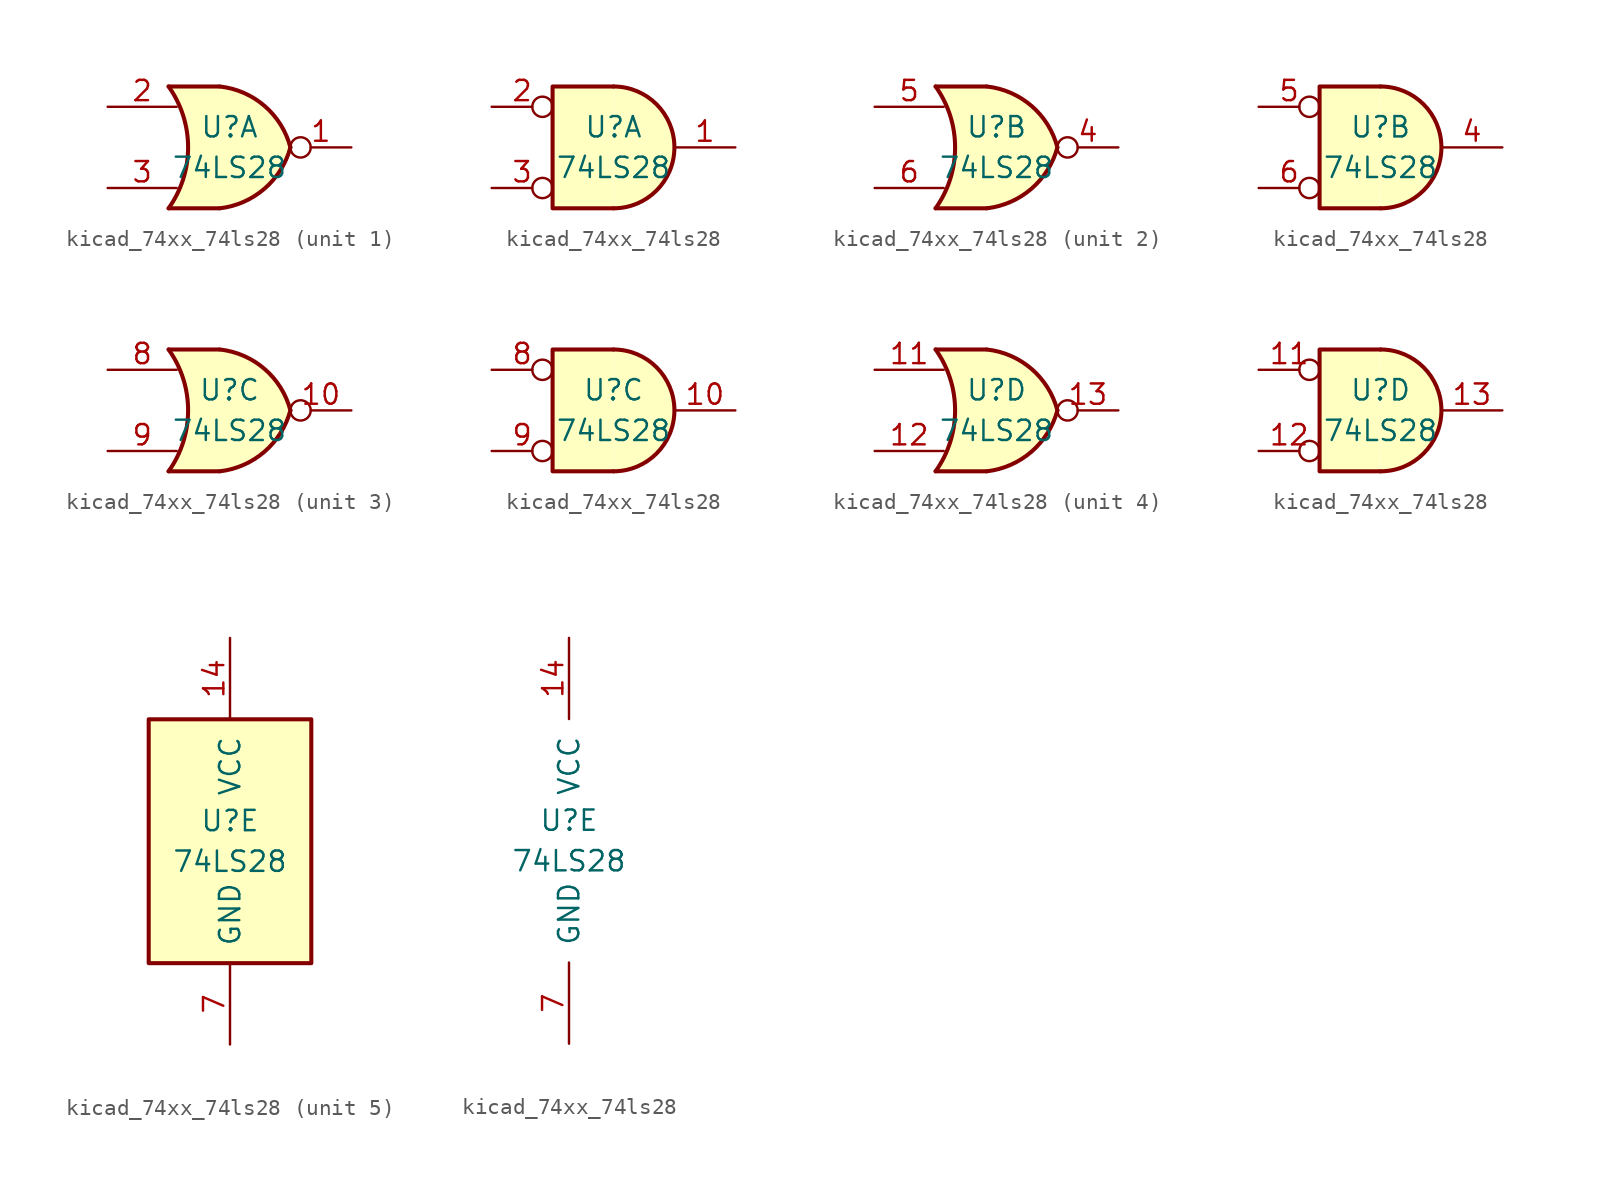
<source format=kicad_sym>
(kicad_symbol_lib
  (version 20220914)
  (generator kicad_symbol_editor)
  (symbol "kicad_74xx_74ls28"
    (pin_names
      (offset 1.016))
    (property "Reference" "U"
      (at 0 1.27 0)
      (effects (font (size 1.27 1.27))))
    (property "Value" "74LS28"
      (at 0 -1.27 0)
      (effects (font (size 1.27 1.27))))
    (property "ki_locked" ""
      (at 0 0 0)
      (effects (font (size 1.27 1.27))))
    (symbol "kicad_74xx_74ls28_1_1"
      (arc (start -3.81 -3.81) (mid -2.589 0) (end -3.81 3.81) (stroke (width 0.254) (type default)) (fill (type none)))
      (arc (start -0.6096 -3.81) (mid 2.1842 -2.5851) (end 3.81 0) (stroke (width 0.254) (type default)) (fill (type background)))
      (polyline (pts (xy -3.81 -3.81) (xy -0.635 -3.81)) (stroke (width 0.254) (type default)) (fill (type background)))
      (polyline (pts (xy -3.81 3.81) (xy -0.635 3.81)) (stroke (width 0.254) (type default)) (fill (type background)))
      (polyline (pts (xy -0.635 3.81) (xy -3.81 3.81) (xy -3.81 3.81) (xy -3.556 3.404) (xy -3.023 2.261) (xy -2.692 1.041) (xy -2.616 -0.254) (xy -2.769 -1.499) (xy -3.175 -2.718) (xy -3.81 -3.81) (xy -3.81 -3.81) (xy -0.635 -3.81)) (stroke (width -25.4) (type default)) (fill (type background)))
      (arc (start 3.81 0) (mid 2.1915 2.5936) (end -0.6096 3.81) (stroke (width 0.254) (type default)) (fill (type background)))
      (pin output inverted (at 7.62 0 180) (length 3.81) (name "~" (effects (font (size 1.27 1.27)))) (number "1" (effects (font (size 1.27 1.27)))))
      (pin input line (at -7.62 2.54 0) (length 4.318) (name "~" (effects (font (size 1.27 1.27)))) (number "2" (effects (font (size 1.27 1.27)))))
      (pin input line (at -7.62 -2.54 0) (length 4.318) (name "~" (effects (font (size 1.27 1.27)))) (number "3" (effects (font (size 1.27 1.27))))))
    (symbol "kicad_74xx_74ls28_1_2"
      (arc (start 0 -3.81) (mid 3.7934 0) (end 0 3.81) (stroke (width 0.254) (type default)) (fill (type background)))
      (polyline (pts (xy 0 3.81) (xy -3.81 3.81) (xy -3.81 -3.81) (xy 0 -3.81)) (stroke (width 0.254) (type default)) (fill (type background)))
      (pin output line (at 7.62 0 180) (length 3.81) (name "~" (effects (font (size 1.27 1.27)))) (number "1" (effects (font (size 1.27 1.27)))))
      (pin input inverted (at -7.62 2.54 0) (length 3.81) (name "~" (effects (font (size 1.27 1.27)))) (number "2" (effects (font (size 1.27 1.27)))))
      (pin input inverted (at -7.62 -2.54 0) (length 3.81) (name "~" (effects (font (size 1.27 1.27)))) (number "3" (effects (font (size 1.27 1.27))))))
    (symbol "kicad_74xx_74ls28_2_1"
      (arc (start -3.81 -3.81) (mid -2.589 0) (end -3.81 3.81) (stroke (width 0.254) (type default)) (fill (type none)))
      (arc (start -0.6096 -3.81) (mid 2.1842 -2.5851) (end 3.81 0) (stroke (width 0.254) (type default)) (fill (type background)))
      (polyline (pts (xy -3.81 -3.81) (xy -0.635 -3.81)) (stroke (width 0.254) (type default)) (fill (type background)))
      (polyline (pts (xy -3.81 3.81) (xy -0.635 3.81)) (stroke (width 0.254) (type default)) (fill (type background)))
      (polyline (pts (xy -0.635 3.81) (xy -3.81 3.81) (xy -3.81 3.81) (xy -3.556 3.404) (xy -3.023 2.261) (xy -2.692 1.041) (xy -2.616 -0.254) (xy -2.769 -1.499) (xy -3.175 -2.718) (xy -3.81 -3.81) (xy -3.81 -3.81) (xy -0.635 -3.81)) (stroke (width -25.4) (type default)) (fill (type background)))
      (arc (start 3.81 0) (mid 2.1915 2.5936) (end -0.6096 3.81) (stroke (width 0.254) (type default)) (fill (type background)))
      (pin output inverted (at 7.62 0 180) (length 3.81) (name "~" (effects (font (size 1.27 1.27)))) (number "4" (effects (font (size 1.27 1.27)))))
      (pin input line (at -7.62 2.54 0) (length 4.318) (name "~" (effects (font (size 1.27 1.27)))) (number "5" (effects (font (size 1.27 1.27)))))
      (pin input line (at -7.62 -2.54 0) (length 4.318) (name "~" (effects (font (size 1.27 1.27)))) (number "6" (effects (font (size 1.27 1.27))))))
    (symbol "kicad_74xx_74ls28_2_2"
      (arc (start 0 -3.81) (mid 3.7934 0) (end 0 3.81) (stroke (width 0.254) (type default)) (fill (type background)))
      (polyline (pts (xy 0 3.81) (xy -3.81 3.81) (xy -3.81 -3.81) (xy 0 -3.81)) (stroke (width 0.254) (type default)) (fill (type background)))
      (pin output line (at 7.62 0 180) (length 3.81) (name "~" (effects (font (size 1.27 1.27)))) (number "4" (effects (font (size 1.27 1.27)))))
      (pin input inverted (at -7.62 2.54 0) (length 3.81) (name "~" (effects (font (size 1.27 1.27)))) (number "5" (effects (font (size 1.27 1.27)))))
      (pin input inverted (at -7.62 -2.54 0) (length 3.81) (name "~" (effects (font (size 1.27 1.27)))) (number "6" (effects (font (size 1.27 1.27))))))
    (symbol "kicad_74xx_74ls28_3_1"
      (arc (start -3.81 -3.81) (mid -2.589 0) (end -3.81 3.81) (stroke (width 0.254) (type default)) (fill (type none)))
      (arc (start -0.6096 -3.81) (mid 2.1842 -2.5851) (end 3.81 0) (stroke (width 0.254) (type default)) (fill (type background)))
      (polyline (pts (xy -3.81 -3.81) (xy -0.635 -3.81)) (stroke (width 0.254) (type default)) (fill (type background)))
      (polyline (pts (xy -3.81 3.81) (xy -0.635 3.81)) (stroke (width 0.254) (type default)) (fill (type background)))
      (polyline (pts (xy -0.635 3.81) (xy -3.81 3.81) (xy -3.81 3.81) (xy -3.556 3.404) (xy -3.023 2.261) (xy -2.692 1.041) (xy -2.616 -0.254) (xy -2.769 -1.499) (xy -3.175 -2.718) (xy -3.81 -3.81) (xy -3.81 -3.81) (xy -0.635 -3.81)) (stroke (width -25.4) (type default)) (fill (type background)))
      (arc (start 3.81 0) (mid 2.1915 2.5936) (end -0.6096 3.81) (stroke (width 0.254) (type default)) (fill (type background)))
      (pin output inverted (at 7.62 0 180) (length 3.81) (name "~" (effects (font (size 1.27 1.27)))) (number "10" (effects (font (size 1.27 1.27)))))
      (pin input line (at -7.62 2.54 0) (length 4.318) (name "~" (effects (font (size 1.27 1.27)))) (number "8" (effects (font (size 1.27 1.27)))))
      (pin input line (at -7.62 -2.54 0) (length 4.318) (name "~" (effects (font (size 1.27 1.27)))) (number "9" (effects (font (size 1.27 1.27))))))
    (symbol "kicad_74xx_74ls28_3_2"
      (arc (start 0 -3.81) (mid 3.7934 0) (end 0 3.81) (stroke (width 0.254) (type default)) (fill (type background)))
      (polyline (pts (xy 0 3.81) (xy -3.81 3.81) (xy -3.81 -3.81) (xy 0 -3.81)) (stroke (width 0.254) (type default)) (fill (type background)))
      (pin output line (at 7.62 0 180) (length 3.81) (name "~" (effects (font (size 1.27 1.27)))) (number "10" (effects (font (size 1.27 1.27)))))
      (pin input inverted (at -7.62 2.54 0) (length 3.81) (name "~" (effects (font (size 1.27 1.27)))) (number "8" (effects (font (size 1.27 1.27)))))
      (pin input inverted (at -7.62 -2.54 0) (length 3.81) (name "~" (effects (font (size 1.27 1.27)))) (number "9" (effects (font (size 1.27 1.27))))))
    (symbol "kicad_74xx_74ls28_4_1"
      (arc (start -3.81 -3.81) (mid -2.589 0) (end -3.81 3.81) (stroke (width 0.254) (type default)) (fill (type none)))
      (arc (start -0.6096 -3.81) (mid 2.1842 -2.5851) (end 3.81 0) (stroke (width 0.254) (type default)) (fill (type background)))
      (polyline (pts (xy -3.81 -3.81) (xy -0.635 -3.81)) (stroke (width 0.254) (type default)) (fill (type background)))
      (polyline (pts (xy -3.81 3.81) (xy -0.635 3.81)) (stroke (width 0.254) (type default)) (fill (type background)))
      (polyline (pts (xy -0.635 3.81) (xy -3.81 3.81) (xy -3.81 3.81) (xy -3.556 3.404) (xy -3.023 2.261) (xy -2.692 1.041) (xy -2.616 -0.254) (xy -2.769 -1.499) (xy -3.175 -2.718) (xy -3.81 -3.81) (xy -3.81 -3.81) (xy -0.635 -3.81)) (stroke (width -25.4) (type default)) (fill (type background)))
      (arc (start 3.81 0) (mid 2.1915 2.5936) (end -0.6096 3.81) (stroke (width 0.254) (type default)) (fill (type background)))
      (pin input line (at -7.62 2.54 0) (length 4.318) (name "~" (effects (font (size 1.27 1.27)))) (number "11" (effects (font (size 1.27 1.27)))))
      (pin input line (at -7.62 -2.54 0) (length 4.318) (name "~" (effects (font (size 1.27 1.27)))) (number "12" (effects (font (size 1.27 1.27)))))
      (pin output inverted (at 7.62 0 180) (length 3.81) (name "~" (effects (font (size 1.27 1.27)))) (number "13" (effects (font (size 1.27 1.27))))))
    (symbol "kicad_74xx_74ls28_4_2"
      (arc (start 0 -3.81) (mid 3.7934 0) (end 0 3.81) (stroke (width 0.254) (type default)) (fill (type background)))
      (polyline (pts (xy 0 3.81) (xy -3.81 3.81) (xy -3.81 -3.81) (xy 0 -3.81)) (stroke (width 0.254) (type default)) (fill (type background)))
      (pin input inverted (at -7.62 2.54 0) (length 3.81) (name "~" (effects (font (size 1.27 1.27)))) (number "11" (effects (font (size 1.27 1.27)))))
      (pin input inverted (at -7.62 -2.54 0) (length 3.81) (name "~" (effects (font (size 1.27 1.27)))) (number "12" (effects (font (size 1.27 1.27)))))
      (pin output line (at 7.62 0 180) (length 3.81) (name "~" (effects (font (size 1.27 1.27)))) (number "13" (effects (font (size 1.27 1.27))))))
    (symbol "kicad_74xx_74ls28_5_0"
      (pin power_in line (at 0 12.7 270) (length 5.08) (name "VCC" (effects (font (size 1.27 1.27)))) (number "14" (effects (font (size 1.27 1.27)))))
      (pin power_in line (at 0 -12.7 90) (length 5.08) (name "GND" (effects (font (size 1.27 1.27)))) (number "7" (effects (font (size 1.27 1.27))))))
    (symbol "kicad_74xx_74ls28_5_1"
      (rectangle (start -5.08 7.62) (end 5.08 -7.62) (stroke (width 0.254) (type default)) (fill (type background))))))
</source>
